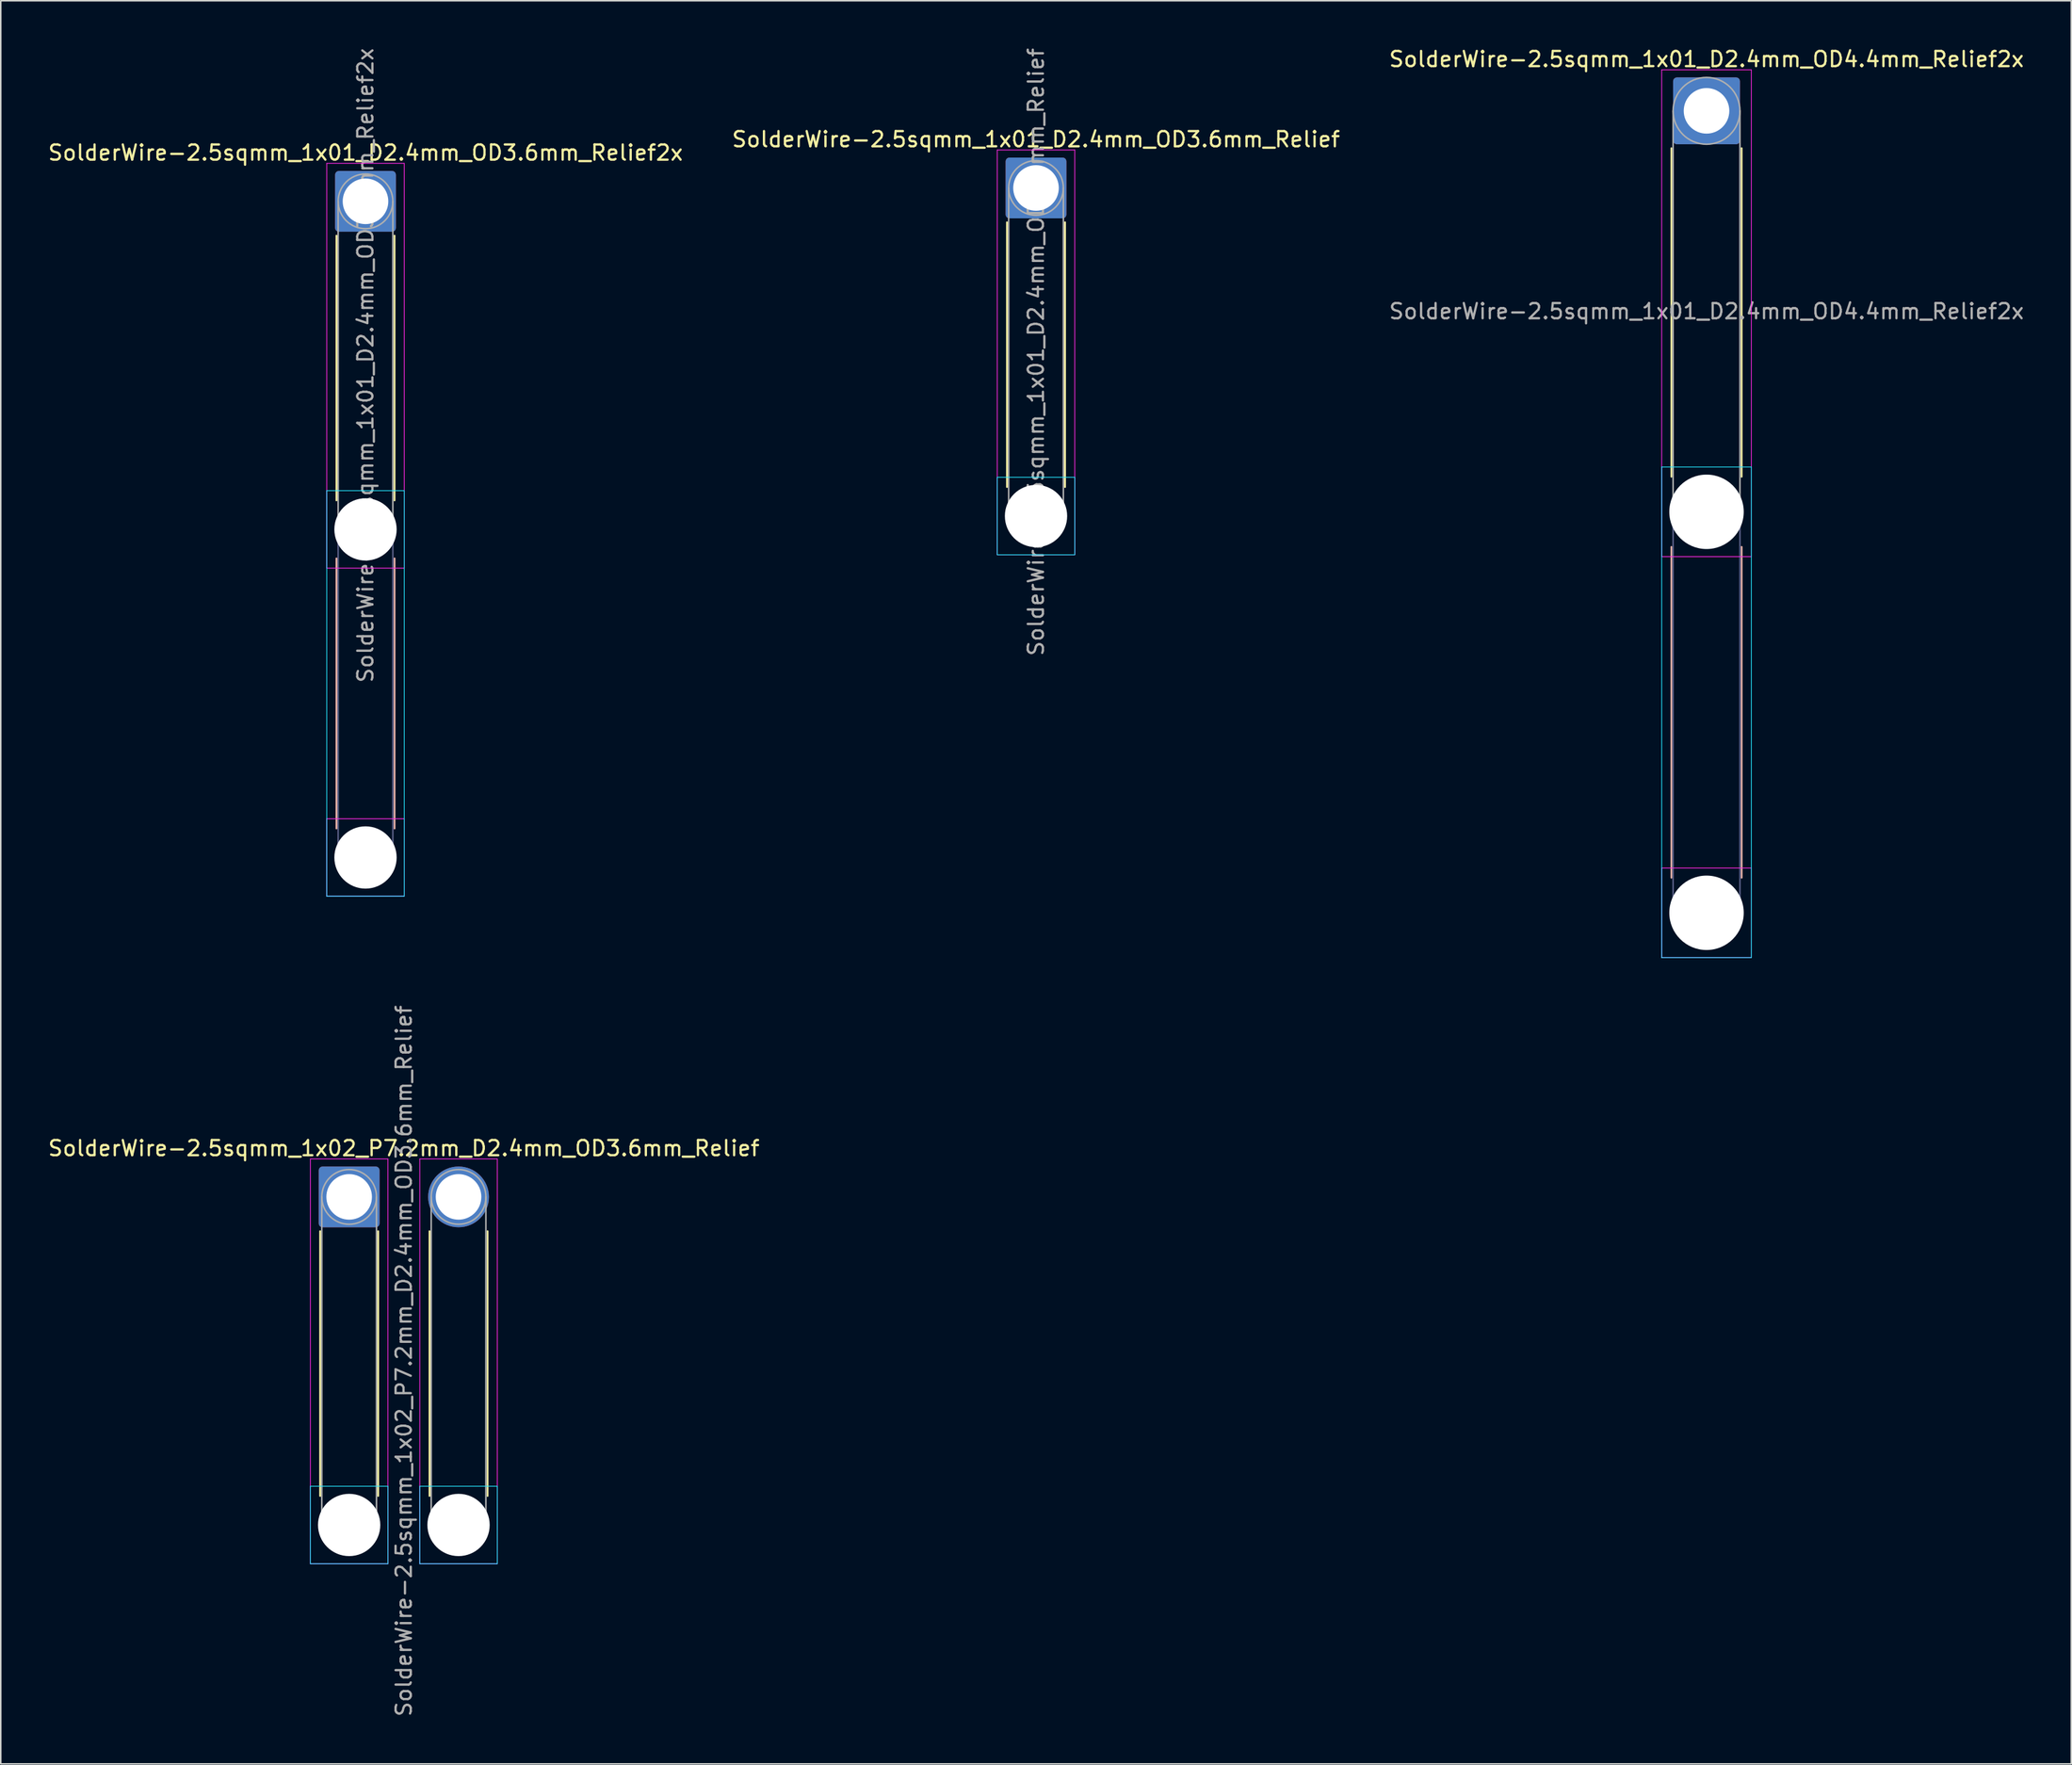
<source format=kicad_pcb>
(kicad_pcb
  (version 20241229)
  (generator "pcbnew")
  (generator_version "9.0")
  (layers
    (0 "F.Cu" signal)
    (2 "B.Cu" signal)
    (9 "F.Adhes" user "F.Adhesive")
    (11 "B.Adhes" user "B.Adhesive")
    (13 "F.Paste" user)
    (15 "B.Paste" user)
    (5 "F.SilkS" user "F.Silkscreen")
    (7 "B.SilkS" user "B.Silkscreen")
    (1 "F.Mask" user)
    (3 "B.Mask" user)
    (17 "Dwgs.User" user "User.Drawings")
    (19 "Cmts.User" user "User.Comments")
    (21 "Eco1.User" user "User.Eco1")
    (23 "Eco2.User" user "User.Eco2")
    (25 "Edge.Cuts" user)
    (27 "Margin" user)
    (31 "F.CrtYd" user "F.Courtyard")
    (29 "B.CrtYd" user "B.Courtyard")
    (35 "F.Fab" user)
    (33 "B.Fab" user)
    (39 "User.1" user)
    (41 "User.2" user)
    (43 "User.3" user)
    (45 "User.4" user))
  (footprint "SolderWire-2.5sqmm_1x01_D2.4mm_OD4.4mm_Relief2x"
    (layer "F.Cu")
    (at 109.268 4.248)
    (property "Reference" "SolderWire-2.5sqmm_1x01_D2.4mm_OD4.4mm_Relief2x" (at 0 -3.4 0) (layer "F.SilkS") (effects (font (size 1 1) (thickness 0.15))))
    (attr exclude_from_pos_files exclude_from_bom)
    (fp_line (start -2.31 2.46) (end -2.31 24.09) (stroke (width 0.12) (type solid)) (layer "F.SilkS"))
    (fp_line (start 2.31 2.46) (end 2.31 24.09) (stroke (width 0.12) (type solid)) (layer "F.SilkS"))
    (fp_line (start -2.31 28.71) (end -2.31 50.49) (stroke (width 0.12) (type solid)) (layer "B.SilkS"))
    (fp_line (start 2.31 28.71) (end 2.31 50.49) (stroke (width 0.12) (type solid)) (layer "B.SilkS"))
    (fp_line (start -2.95 23.45) (end -2.95 55.75) (stroke (width 0.05) (type solid)) (layer "B.CrtYd"))
    (fp_line (start -2.95 55.75) (end 2.95 55.75) (stroke (width 0.05) (type solid)) (layer "B.CrtYd"))
    (fp_line (start 2.95 23.45) (end -2.95 23.45) (stroke (width 0.05) (type solid)) (layer "B.CrtYd"))
    (fp_line (start 2.95 55.75) (end 2.95 23.45) (stroke (width 0.05) (type solid)) (layer "B.CrtYd"))
    (fp_line (start -2.95 -2.7) (end -2.95 29.35) (stroke (width 0.05) (type solid)) (layer "F.CrtYd"))
    (fp_line (start -2.95 29.35) (end 2.95 29.35) (stroke (width 0.05) (type solid)) (layer "F.CrtYd"))
    (fp_line (start -2.95 49.85) (end -2.95 55.75) (stroke (width 0.05) (type solid)) (layer "F.CrtYd"))
    (fp_line (start -2.95 55.75) (end 2.95 55.75) (stroke (width 0.05) (type solid)) (layer "F.CrtYd"))
    (fp_line (start 2.95 -2.7) (end -2.95 -2.7) (stroke (width 0.05) (type solid)) (layer "F.CrtYd"))
    (fp_line (start 2.95 29.35) (end 2.95 -2.7) (stroke (width 0.05) (type solid)) (layer "F.CrtYd"))
    (fp_line (start 2.95 49.85) (end -2.95 49.85) (stroke (width 0.05) (type solid)) (layer "F.CrtYd"))
    (fp_line (start 2.95 55.75) (end 2.95 49.85) (stroke (width 0.05) (type solid)) (layer "F.CrtYd"))
    (fp_line (start -2.2 26.4) (end -2.2 52.8) (stroke (width 0.1) (type solid)) (layer "B.Fab"))
    (fp_line (start 2.2 26.4) (end 2.2 52.8) (stroke (width 0.1) (type solid)) (layer "B.Fab"))
    (fp_circle (center 0 26.4) (end 2.2 26.4) (stroke (width 0.1) (type solid)) (fill no) (layer "B.Fab"))
    (fp_circle (center 0 52.8) (end 2.2 52.8) (stroke (width 0.1) (type solid)) (fill no) (layer "B.Fab"))
    (fp_line (start -2.2 0) (end -2.2 26.4) (stroke (width 0.1) (type solid)) (layer "F.Fab"))
    (fp_line (start 2.2 0) (end 2.2 26.4) (stroke (width 0.1) (type solid)) (layer "F.Fab"))
    (fp_circle (center 0 0) (end 2.2 0) (stroke (width 0.1) (type solid)) (fill no) (layer "F.Fab"))
    (fp_circle (center 0 26.4) (end 2.2 26.4) (stroke (width 0.1) (type solid)) (fill no) (layer "F.Fab"))
    (fp_circle (center 0 52.8) (end 2.2 52.8) (stroke (width 0.1) (type solid)) (fill no) (layer "F.Fab"))
    (fp_text user "${REFERENCE}" (at 0 13.2 0) (layer "F.Fab") (effects (font (size 1 1) (thickness 0.15))))
    (pad "" np_thru_hole circle (at 0 26.4) (size 4.9 4.9) (drill 4.9) (layers "*.Cu" "*.Mask"))
    (pad "" np_thru_hole circle (at 0 52.8) (size 4.9 4.9) (drill 4.9) (layers "*.Cu" "*.Mask"))
    (pad "1" thru_hole roundrect (at 0 0) (size 4.4 4.4) (drill 3) (layers "*.Cu" "*.Mask") (roundrect_rratio 0.057)))
  (footprint "SolderWire-2.5sqmm_1x01_D2.4mm_OD3.6mm_Relief2x"
    (layer "F.Cu")
    (at 21.006 10.206)
    (property "Reference" "SolderWire-2.5sqmm_1x01_D2.4mm_OD3.6mm_Relief2x" (at 0 -3.2 0) (layer "F.SilkS") (effects (font (size 1 1) (thickness 0.15))))
    (attr exclude_from_pos_files exclude_from_bom)
    (fp_line (start -1.91 2.26) (end -1.91 19.69) (stroke (width 0.12) (type solid)) (layer "F.SilkS"))
    (fp_line (start 1.91 2.26) (end 1.91 19.69) (stroke (width 0.12) (type solid)) (layer "F.SilkS"))
    (fp_line (start -1.91 23.51) (end -1.91 41.29) (stroke (width 0.12) (type solid)) (layer "B.SilkS"))
    (fp_line (start 1.91 23.51) (end 1.91 41.29) (stroke (width 0.12) (type solid)) (layer "B.SilkS"))
    (fp_line (start -2.55 19.05) (end -2.55 45.75) (stroke (width 0.05) (type solid)) (layer "B.CrtYd"))
    (fp_line (start -2.55 45.75) (end 2.55 45.75) (stroke (width 0.05) (type solid)) (layer "B.CrtYd"))
    (fp_line (start 2.55 19.05) (end -2.55 19.05) (stroke (width 0.05) (type solid)) (layer "B.CrtYd"))
    (fp_line (start 2.55 45.75) (end 2.55 19.05) (stroke (width 0.05) (type solid)) (layer "B.CrtYd"))
    (fp_line (start -2.55 -2.5) (end -2.55 24.15) (stroke (width 0.05) (type solid)) (layer "F.CrtYd"))
    (fp_line (start -2.55 24.15) (end 2.55 24.15) (stroke (width 0.05) (type solid)) (layer "F.CrtYd"))
    (fp_line (start -2.55 40.65) (end -2.55 45.75) (stroke (width 0.05) (type solid)) (layer "F.CrtYd"))
    (fp_line (start -2.55 45.75) (end 2.55 45.75) (stroke (width 0.05) (type solid)) (layer "F.CrtYd"))
    (fp_line (start 2.55 -2.5) (end -2.55 -2.5) (stroke (width 0.05) (type solid)) (layer "F.CrtYd"))
    (fp_line (start 2.55 24.15) (end 2.55 -2.5) (stroke (width 0.05) (type solid)) (layer "F.CrtYd"))
    (fp_line (start 2.55 40.65) (end -2.55 40.65) (stroke (width 0.05) (type solid)) (layer "F.CrtYd"))
    (fp_line (start 2.55 45.75) (end 2.55 40.65) (stroke (width 0.05) (type solid)) (layer "F.CrtYd"))
    (fp_line (start -1.8 21.6) (end -1.8 43.2) (stroke (width 0.1) (type solid)) (layer "B.Fab"))
    (fp_line (start 1.8 21.6) (end 1.8 43.2) (stroke (width 0.1) (type solid)) (layer "B.Fab"))
    (fp_circle (center 0 21.6) (end 1.8 21.6) (stroke (width 0.1) (type solid)) (fill no) (layer "B.Fab"))
    (fp_circle (center 0 43.2) (end 1.8 43.2) (stroke (width 0.1) (type solid)) (fill no) (layer "B.Fab"))
    (fp_line (start -1.8 0) (end -1.8 21.6) (stroke (width 0.1) (type solid)) (layer "F.Fab"))
    (fp_line (start 1.8 0) (end 1.8 21.6) (stroke (width 0.1) (type solid)) (layer "F.Fab"))
    (fp_circle (center 0 0) (end 1.8 0) (stroke (width 0.1) (type solid)) (fill no) (layer "F.Fab"))
    (fp_circle (center 0 21.6) (end 1.8 21.6) (stroke (width 0.1) (type solid)) (fill no) (layer "F.Fab"))
    (fp_circle (center 0 43.2) (end 1.8 43.2) (stroke (width 0.1) (type solid)) (fill no) (layer "F.Fab"))
    (fp_text user "${REFERENCE}" (at 0 10.8 90) (layer "F.Fab") (effects (font (size 1 1) (thickness 0.15))))
    (pad "" np_thru_hole circle (at 0 21.6) (size 4.1 4.1) (drill 4.1) (layers "*.Cu" "*.Mask"))
    (pad "" np_thru_hole circle (at 0 43.2) (size 4.1 4.1) (drill 4.1) (layers "*.Cu" "*.Mask"))
    (pad "1" thru_hole roundrect (at 0 0) (size 4 4) (drill 3) (layers "*.Cu" "*.Mask") (roundrect_rratio 0.062)))
  (footprint "SolderWire-2.5sqmm_1x01_D2.4mm_OD3.6mm_Relief"
    (layer "F.Cu")
    (at 65.137 9.325)
    (property "Reference" "SolderWire-2.5sqmm_1x01_D2.4mm_OD3.6mm_Relief" (at 0 -3.2 0) (layer "F.SilkS") (effects (font (size 1 1) (thickness 0.15))))
    (attr exclude_from_pos_files exclude_from_bom)
    (fp_line (start -1.91 2.26) (end -1.91 19.69) (stroke (width 0.12) (type solid)) (layer "F.SilkS"))
    (fp_line (start 1.91 2.26) (end 1.91 19.69) (stroke (width 0.12) (type solid)) (layer "F.SilkS"))
    (fp_line (start -2.55 19.05) (end -2.55 24.15) (stroke (width 0.05) (type solid)) (layer "B.CrtYd"))
    (fp_line (start -2.55 24.15) (end 2.55 24.15) (stroke (width 0.05) (type solid)) (layer "B.CrtYd"))
    (fp_line (start 2.55 19.05) (end -2.55 19.05) (stroke (width 0.05) (type solid)) (layer "B.CrtYd"))
    (fp_line (start 2.55 24.15) (end 2.55 19.05) (stroke (width 0.05) (type solid)) (layer "B.CrtYd"))
    (fp_line (start -2.55 -2.5) (end -2.55 24.15) (stroke (width 0.05) (type solid)) (layer "F.CrtYd"))
    (fp_line (start -2.55 24.15) (end 2.55 24.15) (stroke (width 0.05) (type solid)) (layer "F.CrtYd"))
    (fp_line (start 2.55 -2.5) (end -2.55 -2.5) (stroke (width 0.05) (type solid)) (layer "F.CrtYd"))
    (fp_line (start 2.55 24.15) (end 2.55 -2.5) (stroke (width 0.05) (type solid)) (layer "F.CrtYd"))
    (fp_line (start -1.8 0) (end -1.8 21.6) (stroke (width 0.1) (type solid)) (layer "F.Fab"))
    (fp_line (start 1.8 0) (end 1.8 21.6) (stroke (width 0.1) (type solid)) (layer "F.Fab"))
    (fp_circle (center 0 0) (end 1.8 0) (stroke (width 0.1) (type solid)) (fill no) (layer "F.Fab"))
    (fp_circle (center 0 21.6) (end 1.8 21.6) (stroke (width 0.1) (type solid)) (fill no) (layer "F.Fab"))
    (fp_text user "${REFERENCE}" (at 0 10.8 90) (layer "F.Fab") (effects (font (size 1 1) (thickness 0.15))))
    (pad "" np_thru_hole circle (at 0 21.6) (size 4.1 4.1) (drill 4.1) (layers "*.Cu" "*.Mask"))
    (pad "1" thru_hole roundrect (at 0 0) (size 4 4) (drill 3) (layers "*.Cu" "*.Mask") (roundrect_rratio 0.062)))
  (footprint "SolderWire-2.5sqmm_1x02_P7.2mm_D2.4mm_OD3.6mm_Relief"
    (layer "F.Cu")
    (at 19.93 75.753)
    (property "Reference" "SolderWire-2.5sqmm_1x02_P7.2mm_D2.4mm_OD3.6mm_Relief" (at 3.6 -3.2 0) (layer "F.SilkS") (effects (font (size 1 1) (thickness 0.15))))
    (attr exclude_from_pos_files exclude_from_bom)
    (fp_line (start -1.91 2.26) (end -1.91 19.69) (stroke (width 0.12) (type solid)) (layer "F.SilkS"))
    (fp_line (start 1.91 2.26) (end 1.91 19.69) (stroke (width 0.12) (type solid)) (layer "F.SilkS"))
    (fp_line (start 5.29 2.26) (end 5.29 19.69) (stroke (width 0.12) (type solid)) (layer "F.SilkS"))
    (fp_line (start 9.11 2.26) (end 9.11 19.69) (stroke (width 0.12) (type solid)) (layer "F.SilkS"))
    (fp_line (start -2.55 19.05) (end -2.55 24.15) (stroke (width 0.05) (type solid)) (layer "B.CrtYd"))
    (fp_line (start -2.55 24.15) (end 2.55 24.15) (stroke (width 0.05) (type solid)) (layer "B.CrtYd"))
    (fp_line (start 2.55 19.05) (end -2.55 19.05) (stroke (width 0.05) (type solid)) (layer "B.CrtYd"))
    (fp_line (start 2.55 24.15) (end 2.55 19.05) (stroke (width 0.05) (type solid)) (layer "B.CrtYd"))
    (fp_line (start 4.65 19.05) (end 4.65 24.15) (stroke (width 0.05) (type solid)) (layer "B.CrtYd"))
    (fp_line (start 4.65 24.15) (end 9.75 24.15) (stroke (width 0.05) (type solid)) (layer "B.CrtYd"))
    (fp_line (start 9.75 19.05) (end 4.65 19.05) (stroke (width 0.05) (type solid)) (layer "B.CrtYd"))
    (fp_line (start 9.75 24.15) (end 9.75 19.05) (stroke (width 0.05) (type solid)) (layer "B.CrtYd"))
    (fp_line (start -2.55 -2.5) (end -2.55 24.15) (stroke (width 0.05) (type solid)) (layer "F.CrtYd"))
    (fp_line (start -2.55 24.15) (end 2.55 24.15) (stroke (width 0.05) (type solid)) (layer "F.CrtYd"))
    (fp_line (start 2.55 -2.5) (end -2.55 -2.5) (stroke (width 0.05) (type solid)) (layer "F.CrtYd"))
    (fp_line (start 2.55 24.15) (end 2.55 -2.5) (stroke (width 0.05) (type solid)) (layer "F.CrtYd"))
    (fp_line (start 4.65 -2.5) (end 4.65 24.15) (stroke (width 0.05) (type solid)) (layer "F.CrtYd"))
    (fp_line (start 4.65 24.15) (end 9.75 24.15) (stroke (width 0.05) (type solid)) (layer "F.CrtYd"))
    (fp_line (start 9.75 -2.5) (end 4.65 -2.5) (stroke (width 0.05) (type solid)) (layer "F.CrtYd"))
    (fp_line (start 9.75 24.15) (end 9.75 -2.5) (stroke (width 0.05) (type solid)) (layer "F.CrtYd"))
    (fp_line (start -1.8 0) (end -1.8 21.6) (stroke (width 0.1) (type solid)) (layer "F.Fab"))
    (fp_line (start 1.8 0) (end 1.8 21.6) (stroke (width 0.1) (type solid)) (layer "F.Fab"))
    (fp_line (start 5.4 0) (end 5.4 21.6) (stroke (width 0.1) (type solid)) (layer "F.Fab"))
    (fp_line (start 9 0) (end 9 21.6) (stroke (width 0.1) (type solid)) (layer "F.Fab"))
    (fp_circle (center 0 0) (end 1.8 0) (stroke (width 0.1) (type solid)) (fill no) (layer "F.Fab"))
    (fp_circle (center 0 21.6) (end 1.8 21.6) (stroke (width 0.1) (type solid)) (fill no) (layer "F.Fab"))
    (fp_circle (center 7.2 0) (end 9 0) (stroke (width 0.1) (type solid)) (fill no) (layer "F.Fab"))
    (fp_circle (center 7.2 21.6) (end 9 21.6) (stroke (width 0.1) (type solid)) (fill no) (layer "F.Fab"))
    (fp_text user "${REFERENCE}" (at 3.6 10.8 90) (layer "F.Fab") (effects (font (size 1 1) (thickness 0.15))))
    (pad "" np_thru_hole circle (at 0 21.6) (size 4.1 4.1) (drill 4.1) (layers "*.Cu" "*.Mask"))
    (pad "" np_thru_hole circle (at 7.2 21.6) (size 4.1 4.1) (drill 4.1) (layers "*.Cu" "*.Mask"))
    (pad "1" thru_hole roundrect (at 0 0) (size 4 4) (drill 3) (layers "*.Cu" "*.Mask") (roundrect_rratio 0.062))
    (pad "2" thru_hole circle (at 7.2 0) (size 4 4) (drill 3) (layers "*.Cu" "*.Mask")))
  (gr_rect
    (start -3 -3)
    (end 133.274 113.083)
    (stroke (width 0.1) (type default))
    (fill no)
    (layer "Edge.Cuts")))
</source>
